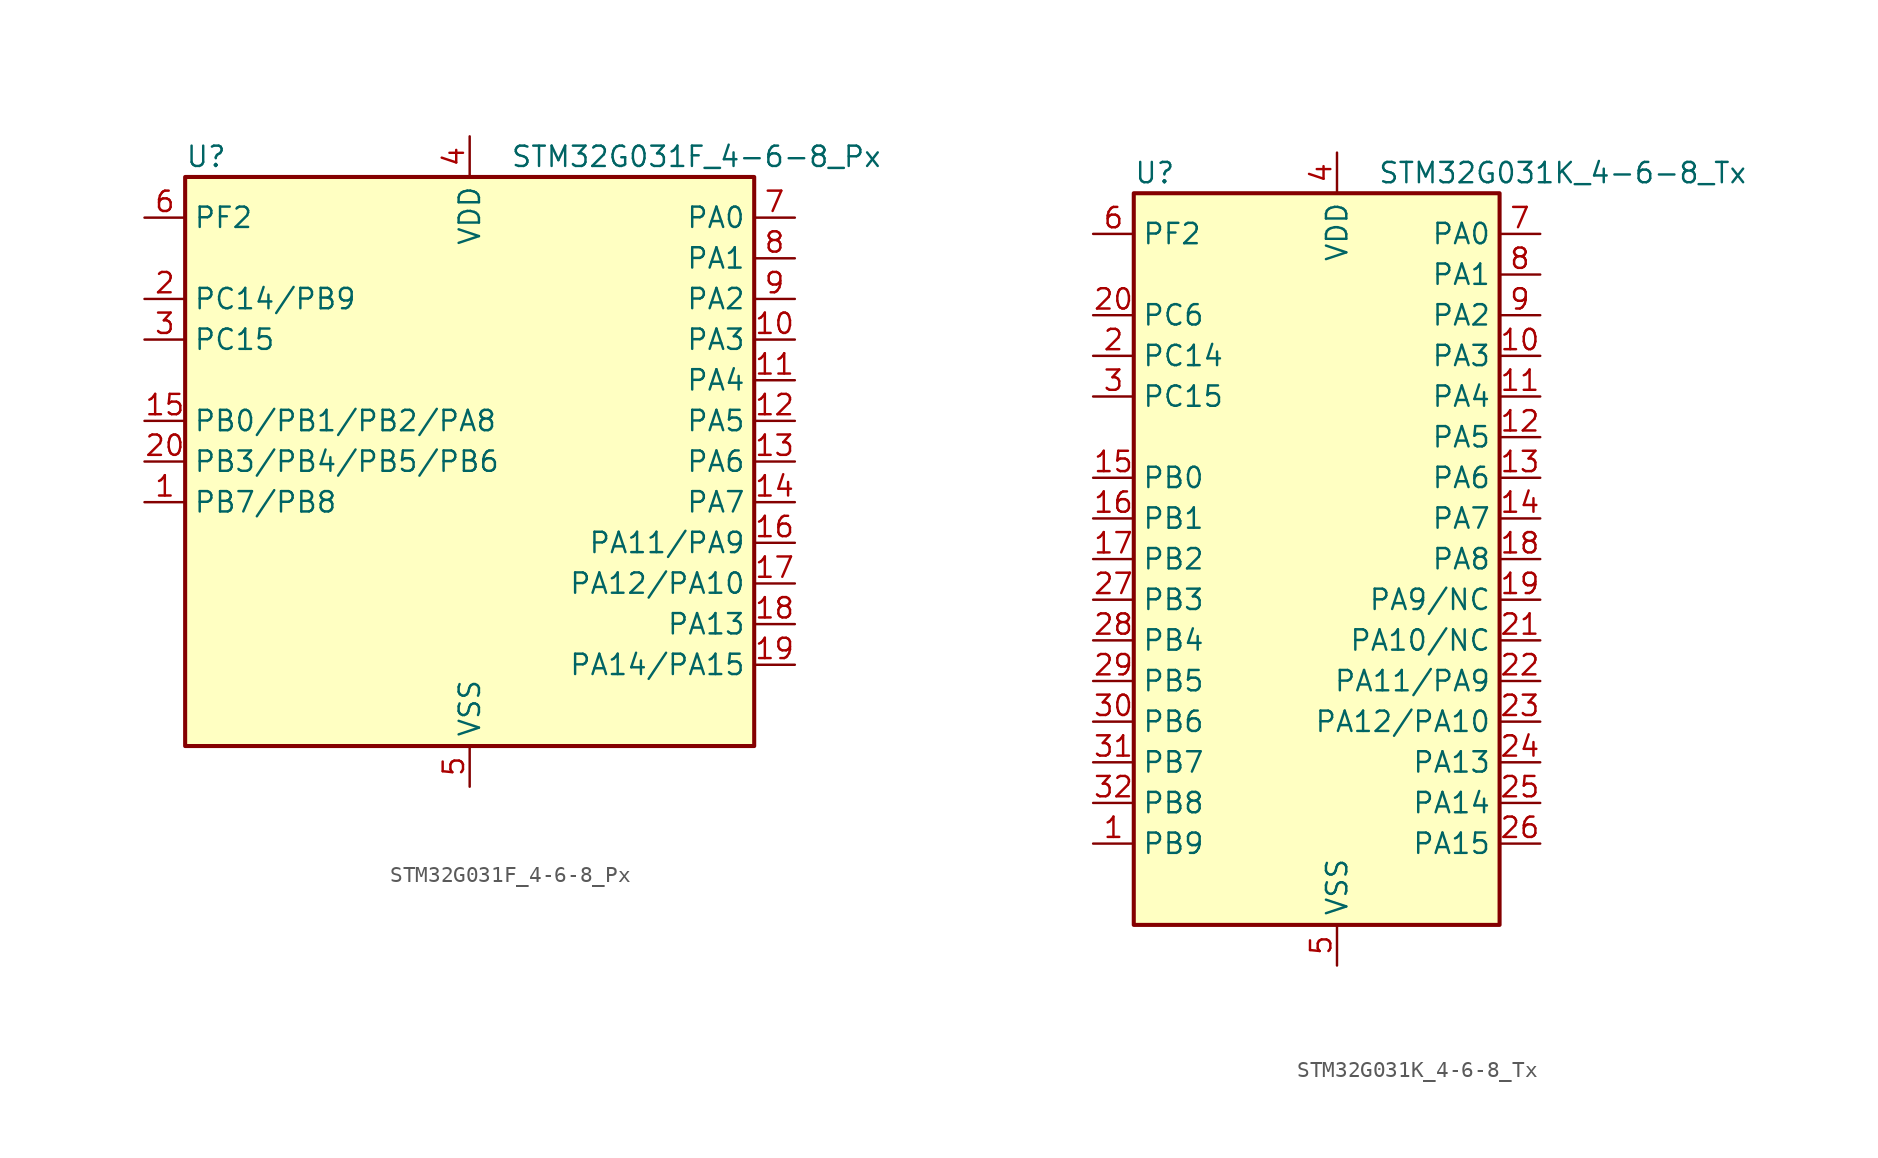
<source format=kicad_sym>
(kicad_symbol_lib
  (version 20220914)
  (generator kicad_symbol_editor)
  (symbol "STM32G031F_4-6-8_Px"
    (property "Reference" "U"
      (at -17.78 19.05 0)
      (effects (font (size 1.27 1.27)) (justify left)))
    (property "Value" "STM32G031F_4-6-8_Px"
      (at 2.54 19.05 0)
      (effects (font (size 1.27 1.27)) (justify left)))
    (property "ki_locked" ""
      (at 0 0 0)
      (effects (font (size 1.27 1.27))))
    (symbol "STM32G031F_4-6-8_Px_0_1"
      (rectangle (start -17.78 -17.78) (end 17.78 17.78) (stroke (width 0.254) (type default)) (fill (type background))))
    (symbol "STM32G031F_4-6-8_Px_1_1"
      (pin bidirectional line (at -20.32 -2.54 0) (length 2.54) (name "PB7/PB8" (effects (font (size 1.27 1.27)))) (number "1" (effects (font (size 1.27 1.27)))) (alternate "ADC1_IN11" bidirectional line) (alternate "I2C1_SDA" bidirectional line) (alternate "LPTIM1_IN2" bidirectional line) (alternate "SPI2_MOSI" bidirectional line) (alternate "SYS_PVD_IN" bidirectional line) (alternate "TIM17_CH1N" bidirectional line) (alternate "USART1_RX" bidirectional line))
      (pin bidirectional line (at 20.32 7.62 180) (length 2.54) (name "PA3" (effects (font (size 1.27 1.27)))) (number "10" (effects (font (size 1.27 1.27)))) (alternate "ADC1_IN3" bidirectional line) (alternate "LPUART1_RX" bidirectional line) (alternate "SPI2_MISO" bidirectional line) (alternate "TIM2_CH4" bidirectional line) (alternate "USART2_RX" bidirectional line))
      (pin bidirectional line (at 20.32 5.08 180) (length 2.54) (name "PA4" (effects (font (size 1.27 1.27)))) (number "11" (effects (font (size 1.27 1.27)))) (alternate "ADC1_IN4" bidirectional line) (alternate "I2S1_WS" bidirectional line) (alternate "LPTIM2_OUT" bidirectional line) (alternate "RTC_OUT_ALARM" bidirectional line) (alternate "RTC_OUT_CALIB" bidirectional line) (alternate "RTC_TAMP_IN1" bidirectional line) (alternate "RTC_TS" bidirectional line) (alternate "SPI1_NSS" bidirectional line) (alternate "SPI2_MOSI" bidirectional line) (alternate "SYS_WKUP2" bidirectional line) (alternate "TIM14_CH1" bidirectional line))
      (pin bidirectional line (at 20.32 2.54 180) (length 2.54) (name "PA5" (effects (font (size 1.27 1.27)))) (number "12" (effects (font (size 1.27 1.27)))) (alternate "ADC1_IN5" bidirectional line) (alternate "I2S1_CK" bidirectional line) (alternate "LPTIM2_ETR" bidirectional line) (alternate "SPI1_SCK" bidirectional line) (alternate "TIM2_CH1" bidirectional line) (alternate "TIM2_ETR" bidirectional line))
      (pin bidirectional line (at 20.32 0 180) (length 2.54) (name "PA6" (effects (font (size 1.27 1.27)))) (number "13" (effects (font (size 1.27 1.27)))) (alternate "ADC1_IN6" bidirectional line) (alternate "I2S1_MCK" bidirectional line) (alternate "LPUART1_CTS" bidirectional line) (alternate "SPI1_MISO" bidirectional line) (alternate "TIM16_CH1" bidirectional line) (alternate "TIM1_BK" bidirectional line) (alternate "TIM3_CH1" bidirectional line))
      (pin bidirectional line (at 20.32 -2.54 180) (length 2.54) (name "PA7" (effects (font (size 1.27 1.27)))) (number "14" (effects (font (size 1.27 1.27)))) (alternate "ADC1_IN7" bidirectional line) (alternate "I2S1_SD" bidirectional line) (alternate "SPI1_MOSI" bidirectional line) (alternate "TIM14_CH1" bidirectional line) (alternate "TIM17_CH1" bidirectional line) (alternate "TIM1_CH1N" bidirectional line) (alternate "TIM3_CH2" bidirectional line))
      (pin bidirectional line (at -20.32 2.54 0) (length 2.54) (name "PB0/PB1/PB2/PA8" (effects (font (size 1.27 1.27)))) (number "15" (effects (font (size 1.27 1.27)))) (alternate "ADC1_IN8" bidirectional line) (alternate "I2S1_WS" bidirectional line) (alternate "LPTIM1_OUT" bidirectional line) (alternate "SPI1_NSS" bidirectional line) (alternate "TIM1_CH2N" bidirectional line) (alternate "TIM3_CH3" bidirectional line))
      (pin bidirectional line (at 20.32 -5.08 180) (length 2.54) (name "PA11/PA9" (effects (font (size 1.27 1.27)))) (number "16" (effects (font (size 1.27 1.27)))) (alternate "ADC1_EXTI11" bidirectional line) (alternate "ADC1_IN15" bidirectional line) (alternate "I2C2_SCL" bidirectional line) (alternate "I2S1_MCK" bidirectional line) (alternate "SPI1_MISO" bidirectional line) (alternate "TIM1_BK2" bidirectional line) (alternate "TIM1_CH4" bidirectional line) (alternate "USART1_CTS" bidirectional line) (alternate "USART1_NSS" bidirectional line))
      (pin bidirectional line (at 20.32 -7.62 180) (length 2.54) (name "PA12/PA10" (effects (font (size 1.27 1.27)))) (number "17" (effects (font (size 1.27 1.27)))) (alternate "ADC1_IN16" bidirectional line) (alternate "I2C2_SDA" bidirectional line) (alternate "I2S1_SD" bidirectional line) (alternate "I2S_CKIN" bidirectional line) (alternate "SPI1_MOSI" bidirectional line) (alternate "TIM1_ETR" bidirectional line) (alternate "USART1_CK" bidirectional line) (alternate "USART1_DE" bidirectional line) (alternate "USART1_RTS" bidirectional line))
      (pin bidirectional line (at 20.32 -10.16 180) (length 2.54) (name "PA13" (effects (font (size 1.27 1.27)))) (number "18" (effects (font (size 1.27 1.27)))) (alternate "ADC1_IN17" bidirectional line) (alternate "IR_OUT" bidirectional line) (alternate "SYS_SWDIO" bidirectional line))
      (pin bidirectional line (at 20.32 -12.7 180) (length 2.54) (name "PA14/PA15" (effects (font (size 1.27 1.27)))) (number "19" (effects (font (size 1.27 1.27)))) (alternate "ADC1_IN18" bidirectional line) (alternate "SYS_SWCLK" bidirectional line) (alternate "USART2_TX" bidirectional line))
      (pin bidirectional line (at -20.32 10.16 0) (length 2.54) (name "PC14/PB9" (effects (font (size 1.27 1.27)))) (number "2" (effects (font (size 1.27 1.27)))) (alternate "RCC_OSC32_IN" bidirectional line) (alternate "RCC_OSC_IN" bidirectional line) (alternate "TIM1_BK2" bidirectional line))
      (pin bidirectional line (at -20.32 0 0) (length 2.54) (name "PB3/PB4/PB5/PB6" (effects (font (size 1.27 1.27)))) (number "20" (effects (font (size 1.27 1.27)))) (alternate "I2S1_CK" bidirectional line) (alternate "SPI1_SCK" bidirectional line) (alternate "TIM1_CH2" bidirectional line) (alternate "TIM2_CH2" bidirectional line) (alternate "USART1_CK" bidirectional line) (alternate "USART1_DE" bidirectional line) (alternate "USART1_RTS" bidirectional line))
      (pin bidirectional line (at -20.32 7.62 0) (length 2.54) (name "PC15" (effects (font (size 1.27 1.27)))) (number "3" (effects (font (size 1.27 1.27)))) (alternate "RCC_OSC32_EN" bidirectional line) (alternate "RCC_OSC32_OUT" bidirectional line) (alternate "RCC_OSC_EN" bidirectional line))
      (pin power_in line (at 0 20.32 270) (length 2.54) (name "VDD" (effects (font (size 1.27 1.27)))) (number "4" (effects (font (size 1.27 1.27)))))
      (pin power_in line (at 0 -20.32 90) (length 2.54) (name "VSS" (effects (font (size 1.27 1.27)))) (number "5" (effects (font (size 1.27 1.27)))))
      (pin bidirectional line (at -20.32 15.24 0) (length 2.54) (name "PF2" (effects (font (size 1.27 1.27)))) (number "6" (effects (font (size 1.27 1.27)))) (alternate "RCC_MCO" bidirectional line))
      (pin bidirectional line (at 20.32 15.24 180) (length 2.54) (name "PA0" (effects (font (size 1.27 1.27)))) (number "7" (effects (font (size 1.27 1.27)))) (alternate "ADC1_IN0" bidirectional line) (alternate "LPTIM1_OUT" bidirectional line) (alternate "RTC_TAMP_IN2" bidirectional line) (alternate "SPI2_SCK" bidirectional line) (alternate "SYS_WKUP1" bidirectional line) (alternate "TIM2_CH1" bidirectional line) (alternate "TIM2_ETR" bidirectional line) (alternate "USART2_CTS" bidirectional line) (alternate "USART2_NSS" bidirectional line))
      (pin bidirectional line (at 20.32 12.7 180) (length 2.54) (name "PA1" (effects (font (size 1.27 1.27)))) (number "8" (effects (font (size 1.27 1.27)))) (alternate "ADC1_IN1" bidirectional line) (alternate "I2C1_SMBA" bidirectional line) (alternate "I2S1_CK" bidirectional line) (alternate "SPI1_SCK" bidirectional line) (alternate "TIM2_CH2" bidirectional line) (alternate "USART2_CK" bidirectional line) (alternate "USART2_DE" bidirectional line) (alternate "USART2_RTS" bidirectional line))
      (pin bidirectional line (at 20.32 10.16 180) (length 2.54) (name "PA2" (effects (font (size 1.27 1.27)))) (number "9" (effects (font (size 1.27 1.27)))) (alternate "ADC1_IN2" bidirectional line) (alternate "I2S1_SD" bidirectional line) (alternate "LPUART1_TX" bidirectional line) (alternate "RCC_LSCO" bidirectional line) (alternate "SPI1_MOSI" bidirectional line) (alternate "SYS_WKUP4" bidirectional line) (alternate "TIM2_CH3" bidirectional line) (alternate "USART2_TX" bidirectional line))))
  (symbol "STM32G031K_4-6-8_Tx"
    (property "Reference" "U"
      (at -10.16 24.13 0)
      (effects (font (size 1.27 1.27)) (justify left)))
    (property "Value" "STM32G031K_4-6-8_Tx"
      (at 5.08 24.13 0)
      (effects (font (size 1.27 1.27)) (justify left)))
    (property "ki_locked" ""
      (at 0 0 0)
      (effects (font (size 1.27 1.27))))
    (symbol "STM32G031K_4-6-8_Tx_0_1"
      (rectangle (start -10.16 -22.86) (end 12.7 22.86) (stroke (width 0.254) (type default)) (fill (type background))))
    (symbol "STM32G031K_4-6-8_Tx_1_1"
      (pin bidirectional line (at -12.7 -17.78 0) (length 2.54) (name "PB9" (effects (font (size 1.27 1.27)))) (number "1" (effects (font (size 1.27 1.27)))) (alternate "I2C1_SDA" bidirectional line) (alternate "IR_OUT" bidirectional line) (alternate "SPI2_NSS" bidirectional line) (alternate "TIM17_CH1" bidirectional line))
      (pin bidirectional line (at 15.24 12.7 180) (length 2.54) (name "PA3" (effects (font (size 1.27 1.27)))) (number "10" (effects (font (size 1.27 1.27)))) (alternate "ADC1_IN3" bidirectional line) (alternate "LPUART1_RX" bidirectional line) (alternate "SPI2_MISO" bidirectional line) (alternate "TIM2_CH4" bidirectional line) (alternate "USART2_RX" bidirectional line))
      (pin bidirectional line (at 15.24 10.16 180) (length 2.54) (name "PA4" (effects (font (size 1.27 1.27)))) (number "11" (effects (font (size 1.27 1.27)))) (alternate "ADC1_IN4" bidirectional line) (alternate "I2S1_WS" bidirectional line) (alternate "LPTIM2_OUT" bidirectional line) (alternate "RTC_OUT_ALARM" bidirectional line) (alternate "RTC_OUT_CALIB" bidirectional line) (alternate "RTC_TAMP_IN1" bidirectional line) (alternate "RTC_TS" bidirectional line) (alternate "SPI1_NSS" bidirectional line) (alternate "SPI2_MOSI" bidirectional line) (alternate "SYS_WKUP2" bidirectional line) (alternate "TIM14_CH1" bidirectional line))
      (pin bidirectional line (at 15.24 7.62 180) (length 2.54) (name "PA5" (effects (font (size 1.27 1.27)))) (number "12" (effects (font (size 1.27 1.27)))) (alternate "ADC1_IN5" bidirectional line) (alternate "I2S1_CK" bidirectional line) (alternate "LPTIM2_ETR" bidirectional line) (alternate "SPI1_SCK" bidirectional line) (alternate "TIM2_CH1" bidirectional line) (alternate "TIM2_ETR" bidirectional line))
      (pin bidirectional line (at 15.24 5.08 180) (length 2.54) (name "PA6" (effects (font (size 1.27 1.27)))) (number "13" (effects (font (size 1.27 1.27)))) (alternate "ADC1_IN6" bidirectional line) (alternate "I2S1_MCK" bidirectional line) (alternate "LPUART1_CTS" bidirectional line) (alternate "SPI1_MISO" bidirectional line) (alternate "TIM16_CH1" bidirectional line) (alternate "TIM1_BK" bidirectional line) (alternate "TIM3_CH1" bidirectional line))
      (pin bidirectional line (at 15.24 2.54 180) (length 2.54) (name "PA7" (effects (font (size 1.27 1.27)))) (number "14" (effects (font (size 1.27 1.27)))) (alternate "ADC1_IN7" bidirectional line) (alternate "I2S1_SD" bidirectional line) (alternate "SPI1_MOSI" bidirectional line) (alternate "TIM14_CH1" bidirectional line) (alternate "TIM17_CH1" bidirectional line) (alternate "TIM1_CH1N" bidirectional line) (alternate "TIM3_CH2" bidirectional line))
      (pin bidirectional line (at -12.7 5.08 0) (length 2.54) (name "PB0" (effects (font (size 1.27 1.27)))) (number "15" (effects (font (size 1.27 1.27)))) (alternate "ADC1_IN8" bidirectional line) (alternate "I2S1_WS" bidirectional line) (alternate "LPTIM1_OUT" bidirectional line) (alternate "SPI1_NSS" bidirectional line) (alternate "TIM1_CH2N" bidirectional line) (alternate "TIM3_CH3" bidirectional line))
      (pin bidirectional line (at -12.7 2.54 0) (length 2.54) (name "PB1" (effects (font (size 1.27 1.27)))) (number "16" (effects (font (size 1.27 1.27)))) (alternate "ADC1_IN9" bidirectional line) (alternate "LPTIM2_IN1" bidirectional line) (alternate "LPUART1_DE" bidirectional line) (alternate "LPUART1_RTS" bidirectional line) (alternate "TIM14_CH1" bidirectional line) (alternate "TIM1_CH3N" bidirectional line) (alternate "TIM3_CH4" bidirectional line))
      (pin bidirectional line (at -12.7 0 0) (length 2.54) (name "PB2" (effects (font (size 1.27 1.27)))) (number "17" (effects (font (size 1.27 1.27)))) (alternate "ADC1_IN10" bidirectional line) (alternate "LPTIM1_OUT" bidirectional line) (alternate "SPI2_MISO" bidirectional line))
      (pin bidirectional line (at 15.24 0 180) (length 2.54) (name "PA8" (effects (font (size 1.27 1.27)))) (number "18" (effects (font (size 1.27 1.27)))) (alternate "LPTIM2_OUT" bidirectional line) (alternate "RCC_MCO" bidirectional line) (alternate "SPI2_NSS" bidirectional line) (alternate "TIM1_CH1" bidirectional line))
      (pin bidirectional line (at 15.24 -2.54 180) (length 2.54) (name "PA9/NC" (effects (font (size 1.27 1.27)))) (number "19" (effects (font (size 1.27 1.27)))) (alternate "I2C1_SCL" bidirectional line) (alternate "RCC_MCO" bidirectional line) (alternate "SPI2_MISO" bidirectional line) (alternate "TIM1_CH2" bidirectional line) (alternate "USART1_TX" bidirectional line))
      (pin bidirectional line (at -12.7 12.7 0) (length 2.54) (name "PC14" (effects (font (size 1.27 1.27)))) (number "2" (effects (font (size 1.27 1.27)))) (alternate "RCC_OSC32_IN" bidirectional line) (alternate "RCC_OSC_IN" bidirectional line) (alternate "TIM1_BK2" bidirectional line))
      (pin bidirectional line (at -12.7 15.24 0) (length 2.54) (name "PC6" (effects (font (size 1.27 1.27)))) (number "20" (effects (font (size 1.27 1.27)))) (alternate "TIM2_CH3" bidirectional line) (alternate "TIM3_CH1" bidirectional line))
      (pin bidirectional line (at 15.24 -5.08 180) (length 2.54) (name "PA10/NC" (effects (font (size 1.27 1.27)))) (number "21" (effects (font (size 1.27 1.27)))) (alternate "I2C1_SDA" bidirectional line) (alternate "SPI2_MOSI" bidirectional line) (alternate "TIM17_BK" bidirectional line) (alternate "TIM1_CH3" bidirectional line) (alternate "USART1_RX" bidirectional line))
      (pin bidirectional line (at 15.24 -7.62 180) (length 2.54) (name "PA11/PA9" (effects (font (size 1.27 1.27)))) (number "22" (effects (font (size 1.27 1.27)))) (alternate "ADC1_EXTI11" bidirectional line) (alternate "ADC1_IN15" bidirectional line) (alternate "I2C2_SCL" bidirectional line) (alternate "I2S1_MCK" bidirectional line) (alternate "SPI1_MISO" bidirectional line) (alternate "TIM1_BK2" bidirectional line) (alternate "TIM1_CH4" bidirectional line) (alternate "USART1_CTS" bidirectional line) (alternate "USART1_NSS" bidirectional line))
      (pin bidirectional line (at 15.24 -10.16 180) (length 2.54) (name "PA12/PA10" (effects (font (size 1.27 1.27)))) (number "23" (effects (font (size 1.27 1.27)))) (alternate "ADC1_IN16" bidirectional line) (alternate "I2C2_SDA" bidirectional line) (alternate "I2S1_SD" bidirectional line) (alternate "I2S_CKIN" bidirectional line) (alternate "SPI1_MOSI" bidirectional line) (alternate "TIM1_ETR" bidirectional line) (alternate "USART1_CK" bidirectional line) (alternate "USART1_DE" bidirectional line) (alternate "USART1_RTS" bidirectional line))
      (pin bidirectional line (at 15.24 -12.7 180) (length 2.54) (name "PA13" (effects (font (size 1.27 1.27)))) (number "24" (effects (font (size 1.27 1.27)))) (alternate "ADC1_IN17" bidirectional line) (alternate "IR_OUT" bidirectional line) (alternate "SYS_SWDIO" bidirectional line))
      (pin bidirectional line (at 15.24 -15.24 180) (length 2.54) (name "PA14" (effects (font (size 1.27 1.27)))) (number "25" (effects (font (size 1.27 1.27)))) (alternate "ADC1_IN18" bidirectional line) (alternate "SYS_SWCLK" bidirectional line) (alternate "USART2_TX" bidirectional line))
      (pin bidirectional line (at 15.24 -17.78 180) (length 2.54) (name "PA15" (effects (font (size 1.27 1.27)))) (number "26" (effects (font (size 1.27 1.27)))) (alternate "I2S1_WS" bidirectional line) (alternate "SPI1_NSS" bidirectional line) (alternate "TIM2_CH1" bidirectional line) (alternate "TIM2_ETR" bidirectional line) (alternate "USART2_RX" bidirectional line))
      (pin bidirectional line (at -12.7 -2.54 0) (length 2.54) (name "PB3" (effects (font (size 1.27 1.27)))) (number "27" (effects (font (size 1.27 1.27)))) (alternate "I2S1_CK" bidirectional line) (alternate "SPI1_SCK" bidirectional line) (alternate "TIM1_CH2" bidirectional line) (alternate "TIM2_CH2" bidirectional line) (alternate "USART1_CK" bidirectional line) (alternate "USART1_DE" bidirectional line) (alternate "USART1_RTS" bidirectional line))
      (pin bidirectional line (at -12.7 -5.08 0) (length 2.54) (name "PB4" (effects (font (size 1.27 1.27)))) (number "28" (effects (font (size 1.27 1.27)))) (alternate "I2S1_MCK" bidirectional line) (alternate "SPI1_MISO" bidirectional line) (alternate "TIM17_BK" bidirectional line) (alternate "TIM3_CH1" bidirectional line) (alternate "USART1_CTS" bidirectional line) (alternate "USART1_NSS" bidirectional line))
      (pin bidirectional line (at -12.7 -7.62 0) (length 2.54) (name "PB5" (effects (font (size 1.27 1.27)))) (number "29" (effects (font (size 1.27 1.27)))) (alternate "I2C1_SMBA" bidirectional line) (alternate "I2S1_SD" bidirectional line) (alternate "LPTIM1_IN1" bidirectional line) (alternate "SPI1_MOSI" bidirectional line) (alternate "SYS_WKUP6" bidirectional line) (alternate "TIM16_BK" bidirectional line) (alternate "TIM3_CH2" bidirectional line))
      (pin bidirectional line (at -12.7 10.16 0) (length 2.54) (name "PC15" (effects (font (size 1.27 1.27)))) (number "3" (effects (font (size 1.27 1.27)))) (alternate "RCC_OSC32_EN" bidirectional line) (alternate "RCC_OSC32_OUT" bidirectional line) (alternate "RCC_OSC_EN" bidirectional line))
      (pin bidirectional line (at -12.7 -10.16 0) (length 2.54) (name "PB6" (effects (font (size 1.27 1.27)))) (number "30" (effects (font (size 1.27 1.27)))) (alternate "I2C1_SCL" bidirectional line) (alternate "LPTIM1_ETR" bidirectional line) (alternate "SPI2_MISO" bidirectional line) (alternate "TIM16_CH1N" bidirectional line) (alternate "TIM1_CH3" bidirectional line) (alternate "USART1_TX" bidirectional line))
      (pin bidirectional line (at -12.7 -12.7 0) (length 2.54) (name "PB7" (effects (font (size 1.27 1.27)))) (number "31" (effects (font (size 1.27 1.27)))) (alternate "ADC1_IN11" bidirectional line) (alternate "I2C1_SDA" bidirectional line) (alternate "LPTIM1_IN2" bidirectional line) (alternate "SPI2_MOSI" bidirectional line) (alternate "SYS_PVD_IN" bidirectional line) (alternate "TIM17_CH1N" bidirectional line) (alternate "USART1_RX" bidirectional line))
      (pin bidirectional line (at -12.7 -15.24 0) (length 2.54) (name "PB8" (effects (font (size 1.27 1.27)))) (number "32" (effects (font (size 1.27 1.27)))) (alternate "I2C1_SCL" bidirectional line) (alternate "SPI2_SCK" bidirectional line) (alternate "TIM16_CH1" bidirectional line))
      (pin power_in line (at 2.54 25.4 270) (length 2.54) (name "VDD" (effects (font (size 1.27 1.27)))) (number "4" (effects (font (size 1.27 1.27)))))
      (pin power_in line (at 2.54 -25.4 90) (length 2.54) (name "VSS" (effects (font (size 1.27 1.27)))) (number "5" (effects (font (size 1.27 1.27)))))
      (pin bidirectional line (at -12.7 20.32 0) (length 2.54) (name "PF2" (effects (font (size 1.27 1.27)))) (number "6" (effects (font (size 1.27 1.27)))) (alternate "RCC_MCO" bidirectional line))
      (pin bidirectional line (at 15.24 20.32 180) (length 2.54) (name "PA0" (effects (font (size 1.27 1.27)))) (number "7" (effects (font (size 1.27 1.27)))) (alternate "ADC1_IN0" bidirectional line) (alternate "LPTIM1_OUT" bidirectional line) (alternate "RTC_TAMP_IN2" bidirectional line) (alternate "SPI2_SCK" bidirectional line) (alternate "SYS_WKUP1" bidirectional line) (alternate "TIM2_CH1" bidirectional line) (alternate "TIM2_ETR" bidirectional line) (alternate "USART2_CTS" bidirectional line) (alternate "USART2_NSS" bidirectional line))
      (pin bidirectional line (at 15.24 17.78 180) (length 2.54) (name "PA1" (effects (font (size 1.27 1.27)))) (number "8" (effects (font (size 1.27 1.27)))) (alternate "ADC1_IN1" bidirectional line) (alternate "I2C1_SMBA" bidirectional line) (alternate "I2S1_CK" bidirectional line) (alternate "SPI1_SCK" bidirectional line) (alternate "TIM2_CH2" bidirectional line) (alternate "USART2_CK" bidirectional line) (alternate "USART2_DE" bidirectional line) (alternate "USART2_RTS" bidirectional line))
      (pin bidirectional line (at 15.24 15.24 180) (length 2.54) (name "PA2" (effects (font (size 1.27 1.27)))) (number "9" (effects (font (size 1.27 1.27)))) (alternate "ADC1_IN2" bidirectional line) (alternate "I2S1_SD" bidirectional line) (alternate "LPUART1_TX" bidirectional line) (alternate "RCC_LSCO" bidirectional line) (alternate "SPI1_MOSI" bidirectional line) (alternate "SYS_WKUP4" bidirectional line) (alternate "TIM2_CH3" bidirectional line) (alternate "USART2_TX" bidirectional line)))))
</source>
